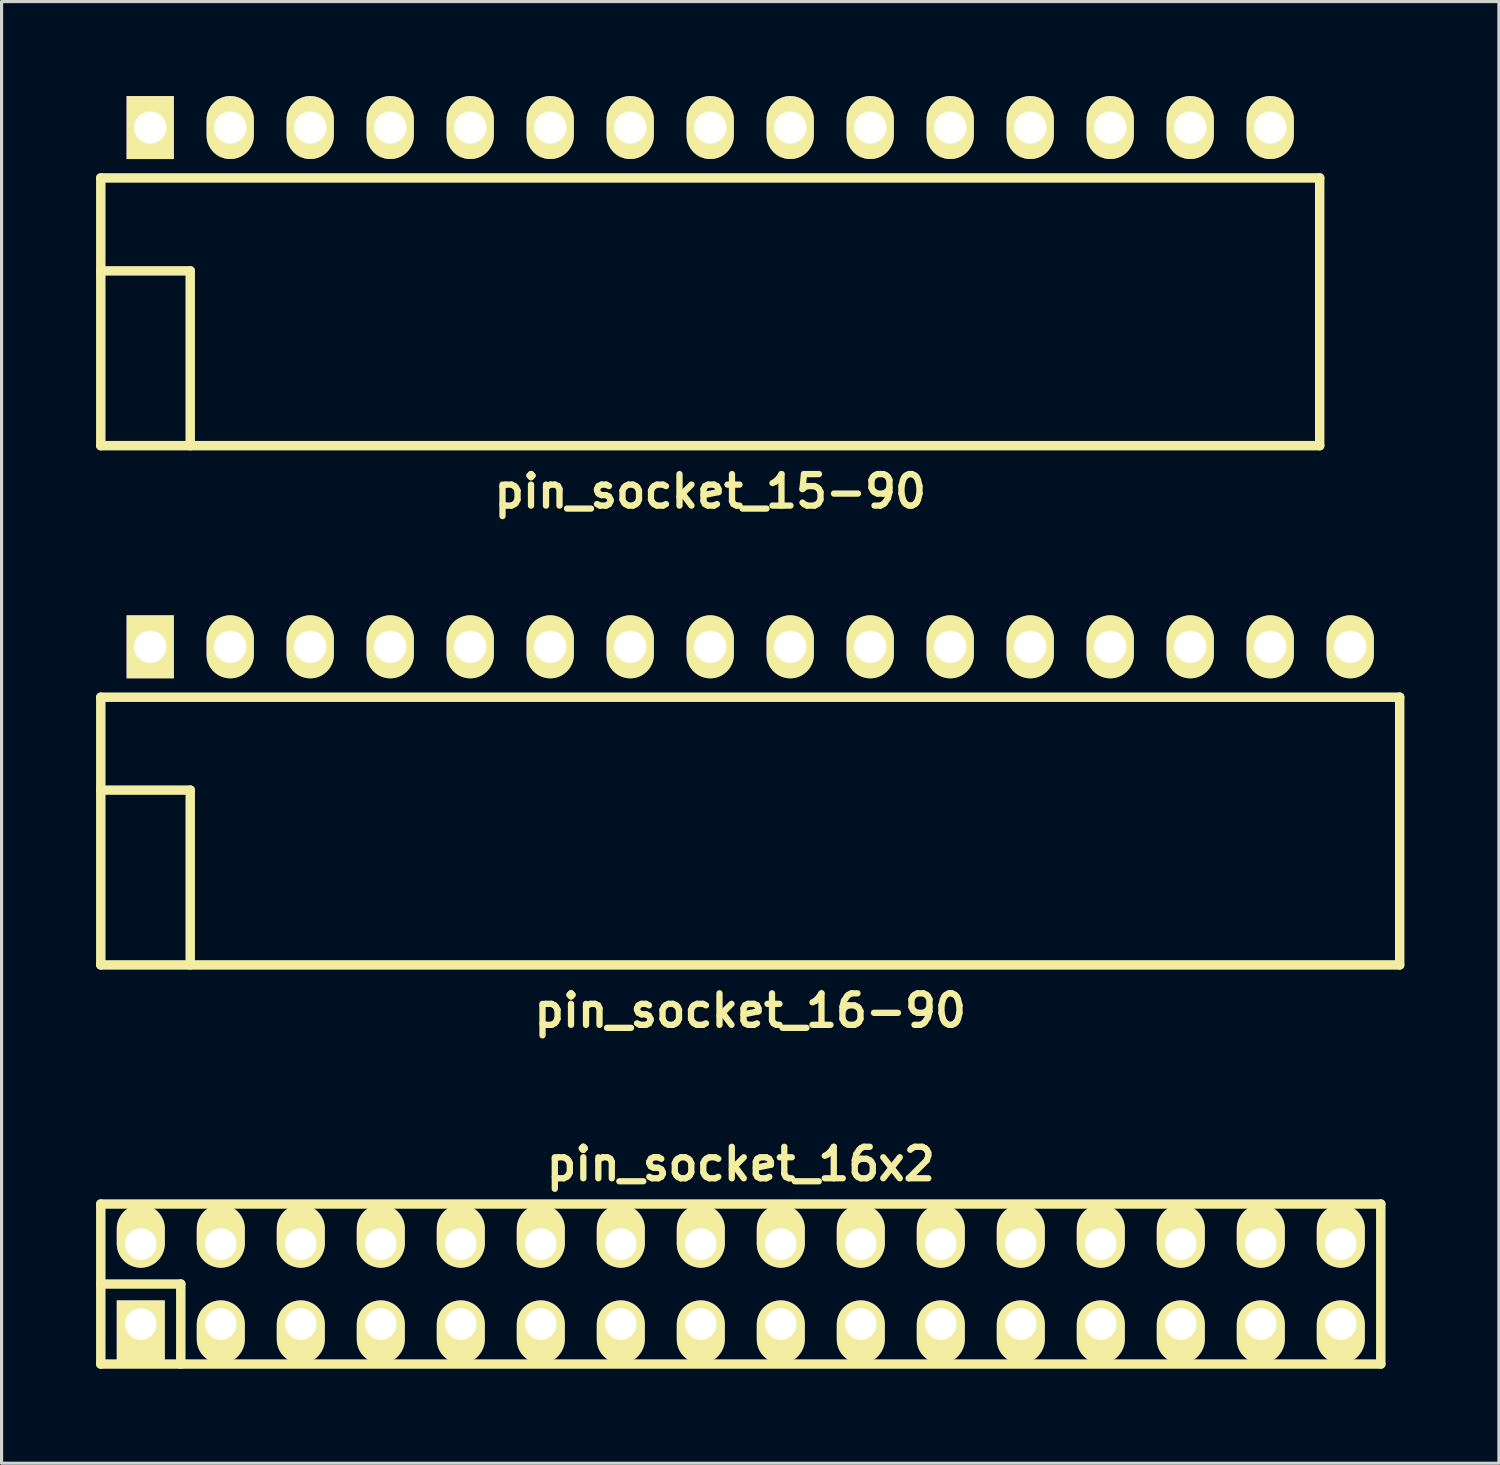
<source format=kicad_pcb>
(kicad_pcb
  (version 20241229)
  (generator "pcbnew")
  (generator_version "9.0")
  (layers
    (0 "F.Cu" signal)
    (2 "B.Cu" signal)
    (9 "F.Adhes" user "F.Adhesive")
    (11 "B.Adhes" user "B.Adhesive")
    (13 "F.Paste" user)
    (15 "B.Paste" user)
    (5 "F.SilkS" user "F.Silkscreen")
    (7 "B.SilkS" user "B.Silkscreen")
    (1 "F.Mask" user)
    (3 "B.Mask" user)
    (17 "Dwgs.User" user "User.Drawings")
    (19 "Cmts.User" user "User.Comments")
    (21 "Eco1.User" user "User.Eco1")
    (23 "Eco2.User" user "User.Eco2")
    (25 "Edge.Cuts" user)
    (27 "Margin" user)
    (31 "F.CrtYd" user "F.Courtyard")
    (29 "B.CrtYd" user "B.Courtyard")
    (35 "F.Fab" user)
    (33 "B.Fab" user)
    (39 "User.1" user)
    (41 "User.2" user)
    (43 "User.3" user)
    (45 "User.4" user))
  (footprint "pin_socket_16x2"
    (layer "F.Cu")
    (at 20.47 37.718)
    (property "Reference" "pin_socket_16x2" (at 0 -3.81 0) (layer "F.SilkS") (effects (font (size 1 1) (thickness 0.2))))
    (attr through_hole)
    (fp_line (start -20.32 -2.54) (end -20.32 2.54) (stroke (width 0.3) (type solid)) (layer "F.SilkS"))
    (fp_line (start -20.32 -2.54) (end 20.32 -2.54) (stroke (width 0.3) (type solid)) (layer "F.SilkS"))
    (fp_line (start -20.32 0) (end -17.78 0) (stroke (width 0.3) (type solid)) (layer "F.SilkS"))
    (fp_line (start -17.78 0) (end -17.78 2.54) (stroke (width 0.3) (type solid)) (layer "F.SilkS"))
    (fp_line (start 20.32 2.54) (end -20.32 2.54) (stroke (width 0.3) (type solid)) (layer "F.SilkS"))
    (fp_line (start 20.32 2.54) (end 20.32 -2.54) (stroke (width 0.3) (type solid)) (layer "F.SilkS"))
    (pad "1" thru_hole rect (at -19.05 1.27) (size 1.524 1.999) (drill 1.001 (offset 0 0.249)) (layers "*.Cu" "*.Mask" "F.SilkS"))
    (pad "2" thru_hole oval (at -19.05 -1.27) (size 1.524 1.999) (drill 1.001 (offset 0 -0.249)) (layers "*.Cu" "*.Mask" "F.SilkS"))
    (pad "3" thru_hole oval (at -16.51 1.27) (size 1.524 1.999) (drill 1.001 (offset 0 0.249)) (layers "*.Cu" "*.Mask" "F.SilkS"))
    (pad "4" thru_hole oval (at -16.51 -1.27) (size 1.524 1.999) (drill 1.001 (offset 0 -0.249)) (layers "*.Cu" "*.Mask" "F.SilkS"))
    (pad "5" thru_hole oval (at -13.97 1.27) (size 1.524 1.999) (drill 1.001 (offset 0 0.249)) (layers "*.Cu" "*.Mask" "F.SilkS"))
    (pad "6" thru_hole oval (at -13.97 -1.27) (size 1.524 1.999) (drill 1.001 (offset 0 -0.249)) (layers "*.Cu" "*.Mask" "F.SilkS"))
    (pad "7" thru_hole oval (at -11.43 1.27) (size 1.524 1.999) (drill 1.001 (offset 0 0.249)) (layers "*.Cu" "*.Mask" "F.SilkS"))
    (pad "8" thru_hole oval (at -11.43 -1.27) (size 1.524 1.999) (drill 1.001 (offset 0 -0.249)) (layers "*.Cu" "*.Mask" "F.SilkS"))
    (pad "9" thru_hole oval (at -8.89 1.27) (size 1.524 1.999) (drill 1.001 (offset 0 0.249)) (layers "*.Cu" "*.Mask" "F.SilkS"))
    (pad "10" thru_hole oval (at -8.89 -1.27) (size 1.524 1.999) (drill 1.001 (offset 0 -0.249)) (layers "*.Cu" "*.Mask" "F.SilkS"))
    (pad "11" thru_hole oval (at -6.35 1.27) (size 1.524 1.999) (drill 1.001 (offset 0 0.249)) (layers "*.Cu" "*.Mask" "F.SilkS"))
    (pad "12" thru_hole oval (at -6.35 -1.27) (size 1.524 1.999) (drill 1.001 (offset 0 -0.249)) (layers "*.Cu" "*.Mask" "F.SilkS"))
    (pad "13" thru_hole oval (at -3.81 1.27) (size 1.524 1.999) (drill 1.001 (offset 0 0.249)) (layers "*.Cu" "*.Mask" "F.SilkS"))
    (pad "14" thru_hole oval (at -3.81 -1.27) (size 1.524 1.999) (drill 1.001 (offset 0 -0.249)) (layers "*.Cu" "*.Mask" "F.SilkS"))
    (pad "15" thru_hole oval (at -1.27 1.27) (size 1.524 1.999) (drill 1.001 (offset 0 0.249)) (layers "*.Cu" "*.Mask" "F.SilkS"))
    (pad "16" thru_hole oval (at -1.27 -1.27) (size 1.524 1.999) (drill 1.001 (offset 0 -0.249)) (layers "*.Cu" "*.Mask" "F.SilkS"))
    (pad "17" thru_hole oval (at 1.27 1.27) (size 1.524 1.999) (drill 1.001 (offset 0 0.249)) (layers "*.Cu" "*.Mask" "F.SilkS"))
    (pad "18" thru_hole oval (at 1.27 -1.27) (size 1.524 1.999) (drill 1.001 (offset 0 -0.249)) (layers "*.Cu" "*.Mask" "F.SilkS"))
    (pad "19" thru_hole oval (at 3.81 1.27) (size 1.524 1.999) (drill 1.001 (offset 0 0.249)) (layers "*.Cu" "*.Mask" "F.SilkS"))
    (pad "20" thru_hole oval (at 3.81 -1.27) (size 1.524 1.999) (drill 1.001 (offset 0 -0.249)) (layers "*.Cu" "*.Mask" "F.SilkS"))
    (pad "21" thru_hole oval (at 6.35 1.27) (size 1.524 1.999) (drill 1.001 (offset 0 0.249)) (layers "*.Cu" "*.Mask" "F.SilkS"))
    (pad "22" thru_hole oval (at 6.35 -1.27) (size 1.524 1.999) (drill 1.001 (offset 0 -0.249)) (layers "*.Cu" "*.Mask" "F.SilkS"))
    (pad "23" thru_hole oval (at 8.89 1.27) (size 1.524 1.999) (drill 1.001 (offset 0 0.249)) (layers "*.Cu" "*.Mask" "F.SilkS"))
    (pad "24" thru_hole oval (at 8.89 -1.27) (size 1.524 1.999) (drill 1.001 (offset 0 -0.249)) (layers "*.Cu" "*.Mask" "F.SilkS"))
    (pad "25" thru_hole oval (at 11.43 1.27) (size 1.524 1.999) (drill 1.001 (offset 0 0.249)) (layers "*.Cu" "*.Mask" "F.SilkS"))
    (pad "26" thru_hole oval (at 11.43 -1.27) (size 1.524 1.999) (drill 1.001 (offset 0 -0.249)) (layers "*.Cu" "*.Mask" "F.SilkS"))
    (pad "27" thru_hole oval (at 13.97 1.27) (size 1.524 1.999) (drill 1.001 (offset 0 0.249)) (layers "*.Cu" "*.Mask" "F.SilkS"))
    (pad "28" thru_hole oval (at 13.97 -1.27) (size 1.524 1.999) (drill 1.001 (offset 0 -0.249)) (layers "*.Cu" "*.Mask" "F.SilkS"))
    (pad "29" thru_hole oval (at 16.51 1.27) (size 1.524 1.999) (drill 1.001 (offset 0 0.249)) (layers "*.Cu" "*.Mask" "F.SilkS"))
    (pad "30" thru_hole oval (at 16.51 -1.27) (size 1.524 1.999) (drill 1.001 (offset 0 -0.249)) (layers "*.Cu" "*.Mask" "F.SilkS"))
    (pad "31" thru_hole oval (at 19.05 1.27) (size 1.524 1.999) (drill 1.001 (offset 0 0.249)) (layers "*.Cu" "*.Mask" "F.SilkS"))
    (pad "32" thru_hole oval (at 19.05 -1.27) (size 1.524 1.999) (drill 1.001 (offset 0 -0.249)) (layers "*.Cu" "*.Mask" "F.SilkS")))
  (footprint "pin_socket_15-90"
    (layer "F.Cu")
    (at 19.5 5.55)
    (property "Reference" "pin_socket_15-90" (at 0 7 0) (layer "F.SilkS") (effects (font (size 1 1) (thickness 0.2))))
    (attr through_hole)
    (fp_line (start -19.35 -2.95) (end -19.35 5.55) (stroke (width 0.3) (type solid)) (layer "F.SilkS"))
    (fp_line (start -19.35 -2.95) (end 19.35 -2.95) (stroke (width 0.3) (type solid)) (layer "F.SilkS"))
    (fp_line (start -19.35 0) (end -16.51 0) (stroke (width 0.3) (type solid)) (layer "F.SilkS"))
    (fp_line (start -19.35 5.55) (end 19.35 5.55) (stroke (width 0.3) (type solid)) (layer "F.SilkS"))
    (fp_line (start -16.51 0) (end -16.51 5.55) (stroke (width 0.3) (type solid)) (layer "F.SilkS"))
    (fp_line (start 19.35 -2.95) (end 19.35 5.55) (stroke (width 0.3) (type solid)) (layer "F.SilkS"))
    (pad "1" thru_hole rect (at -17.78 -4.55) (size 1.5 2) (drill 1.02) (layers "*.Cu" "*.Mask" "F.SilkS"))
    (pad "2" thru_hole oval (at -15.24 -4.55) (size 1.5 2) (drill 1.02) (layers "*.Cu" "*.Mask" "F.SilkS"))
    (pad "3" thru_hole oval (at -12.7 -4.55) (size 1.5 2) (drill 1.02) (layers "*.Cu" "*.Mask" "F.SilkS"))
    (pad "4" thru_hole oval (at -10.16 -4.55) (size 1.5 2) (drill 1.02) (layers "*.Cu" "*.Mask" "F.SilkS"))
    (pad "5" thru_hole oval (at -7.62 -4.55) (size 1.5 2) (drill 1.02) (layers "*.Cu" "*.Mask" "F.SilkS"))
    (pad "6" thru_hole oval (at -5.08 -4.55) (size 1.5 2) (drill 1.02) (layers "*.Cu" "*.Mask" "F.SilkS"))
    (pad "7" thru_hole oval (at -2.54 -4.55) (size 1.5 2) (drill 1.02) (layers "*.Cu" "*.Mask" "F.SilkS"))
    (pad "8" thru_hole oval (at 0 -4.55) (size 1.5 2) (drill 1.02) (layers "*.Cu" "*.Mask" "F.SilkS"))
    (pad "9" thru_hole oval (at 2.54 -4.55) (size 1.5 2) (drill 1.02) (layers "*.Cu" "*.Mask" "F.SilkS"))
    (pad "10" thru_hole oval (at 5.08 -4.55) (size 1.5 2) (drill 1.02) (layers "*.Cu" "*.Mask" "F.SilkS"))
    (pad "12" thru_hole oval (at 10.16 -4.55) (size 1.5 2) (drill 1.02) (layers "*.Cu" "*.Mask" "F.SilkS"))
    (pad "13" thru_hole oval (at 12.7 -4.55) (size 1.5 2) (drill 1.02) (layers "*.Cu" "*.Mask" "F.SilkS"))
    (pad "14" thru_hole oval (at 15.24 -4.55) (size 1.5 2) (drill 1.02) (layers "*.Cu" "*.Mask" "F.SilkS"))
    (pad "15" thru_hole oval (at 17.78 -4.55) (size 1.5 2) (drill 1.02) (layers "*.Cu" "*.Mask" "F.SilkS"))
    (pad "1121" thru_hole oval (at 7.62 -4.55) (size 1.5 2) (drill 1.02) (layers "*.Cu" "*.Mask" "F.SilkS")))
  (footprint "pin_socket_16-90"
    (layer "F.Cu")
    (at 20.77 22.036)
    (property "Reference" "pin_socket_16-90" (at 0 7 0) (layer "F.SilkS") (effects (font (size 1 1) (thickness 0.2))))
    (attr through_hole)
    (fp_line (start -20.62 -2.95) (end -20.62 5.55) (stroke (width 0.3) (type solid)) (layer "F.SilkS"))
    (fp_line (start -20.62 -2.95) (end 20.62 -2.95) (stroke (width 0.3) (type solid)) (layer "F.SilkS"))
    (fp_line (start -20.62 0) (end -17.78 0) (stroke (width 0.3) (type solid)) (layer "F.SilkS"))
    (fp_line (start -20.62 5.55) (end 20.62 5.55) (stroke (width 0.3) (type solid)) (layer "F.SilkS"))
    (fp_line (start -17.78 0) (end -17.78 5.55) (stroke (width 0.3) (type solid)) (layer "F.SilkS"))
    (fp_line (start 20.62 -2.95) (end 20.62 5.55) (stroke (width 0.3) (type solid)) (layer "F.SilkS"))
    (pad "1" thru_hole rect (at -19.05 -4.55) (size 1.5 2) (drill 1.02) (layers "*.Cu" "*.Mask" "F.SilkS"))
    (pad "2" thru_hole oval (at -16.51 -4.55) (size 1.5 2) (drill 1.02) (layers "*.Cu" "*.Mask" "F.SilkS"))
    (pad "3" thru_hole oval (at -13.97 -4.55) (size 1.5 2) (drill 1.02) (layers "*.Cu" "*.Mask" "F.SilkS"))
    (pad "4" thru_hole oval (at -11.43 -4.55) (size 1.5 2) (drill 1.02) (layers "*.Cu" "*.Mask" "F.SilkS"))
    (pad "5" thru_hole oval (at -8.89 -4.55) (size 1.5 2) (drill 1.02) (layers "*.Cu" "*.Mask" "F.SilkS"))
    (pad "6" thru_hole oval (at -6.35 -4.55) (size 1.5 2) (drill 1.02) (layers "*.Cu" "*.Mask" "F.SilkS"))
    (pad "7" thru_hole oval (at -3.81 -4.55) (size 1.5 2) (drill 1.02) (layers "*.Cu" "*.Mask" "F.SilkS"))
    (pad "8" thru_hole oval (at -1.27 -4.55) (size 1.5 2) (drill 1.02) (layers "*.Cu" "*.Mask" "F.SilkS"))
    (pad "9" thru_hole oval (at 1.27 -4.55) (size 1.5 2) (drill 1.02) (layers "*.Cu" "*.Mask" "F.SilkS"))
    (pad "10" thru_hole oval (at 3.81 -4.55) (size 1.5 2) (drill 1.02) (layers "*.Cu" "*.Mask" "F.SilkS"))
    (pad "12" thru_hole oval (at 8.89 -4.55) (size 1.5 2) (drill 1.02) (layers "*.Cu" "*.Mask" "F.SilkS"))
    (pad "13" thru_hole oval (at 11.43 -4.55) (size 1.5 2) (drill 1.02) (layers "*.Cu" "*.Mask" "F.SilkS"))
    (pad "14" thru_hole oval (at 13.97 -4.55) (size 1.5 2) (drill 1.02) (layers "*.Cu" "*.Mask" "F.SilkS"))
    (pad "15" thru_hole oval (at 16.51 -4.55) (size 1.5 2) (drill 1.02) (layers "*.Cu" "*.Mask" "F.SilkS"))
    (pad "16" thru_hole oval (at 19.05 -4.55) (size 1.5 2) (drill 1.02) (layers "*.Cu" "*.Mask" "F.SilkS"))
    (pad "1121" thru_hole oval (at 6.35 -4.55) (size 1.5 2) (drill 1.02) (layers "*.Cu" "*.Mask" "F.SilkS")))
  (gr_rect
    (start -3 -3)
    (end 44.54 43.408)
    (stroke (width 0.1) (type default))
    (fill no)
    (layer "Edge.Cuts")))
</source>
